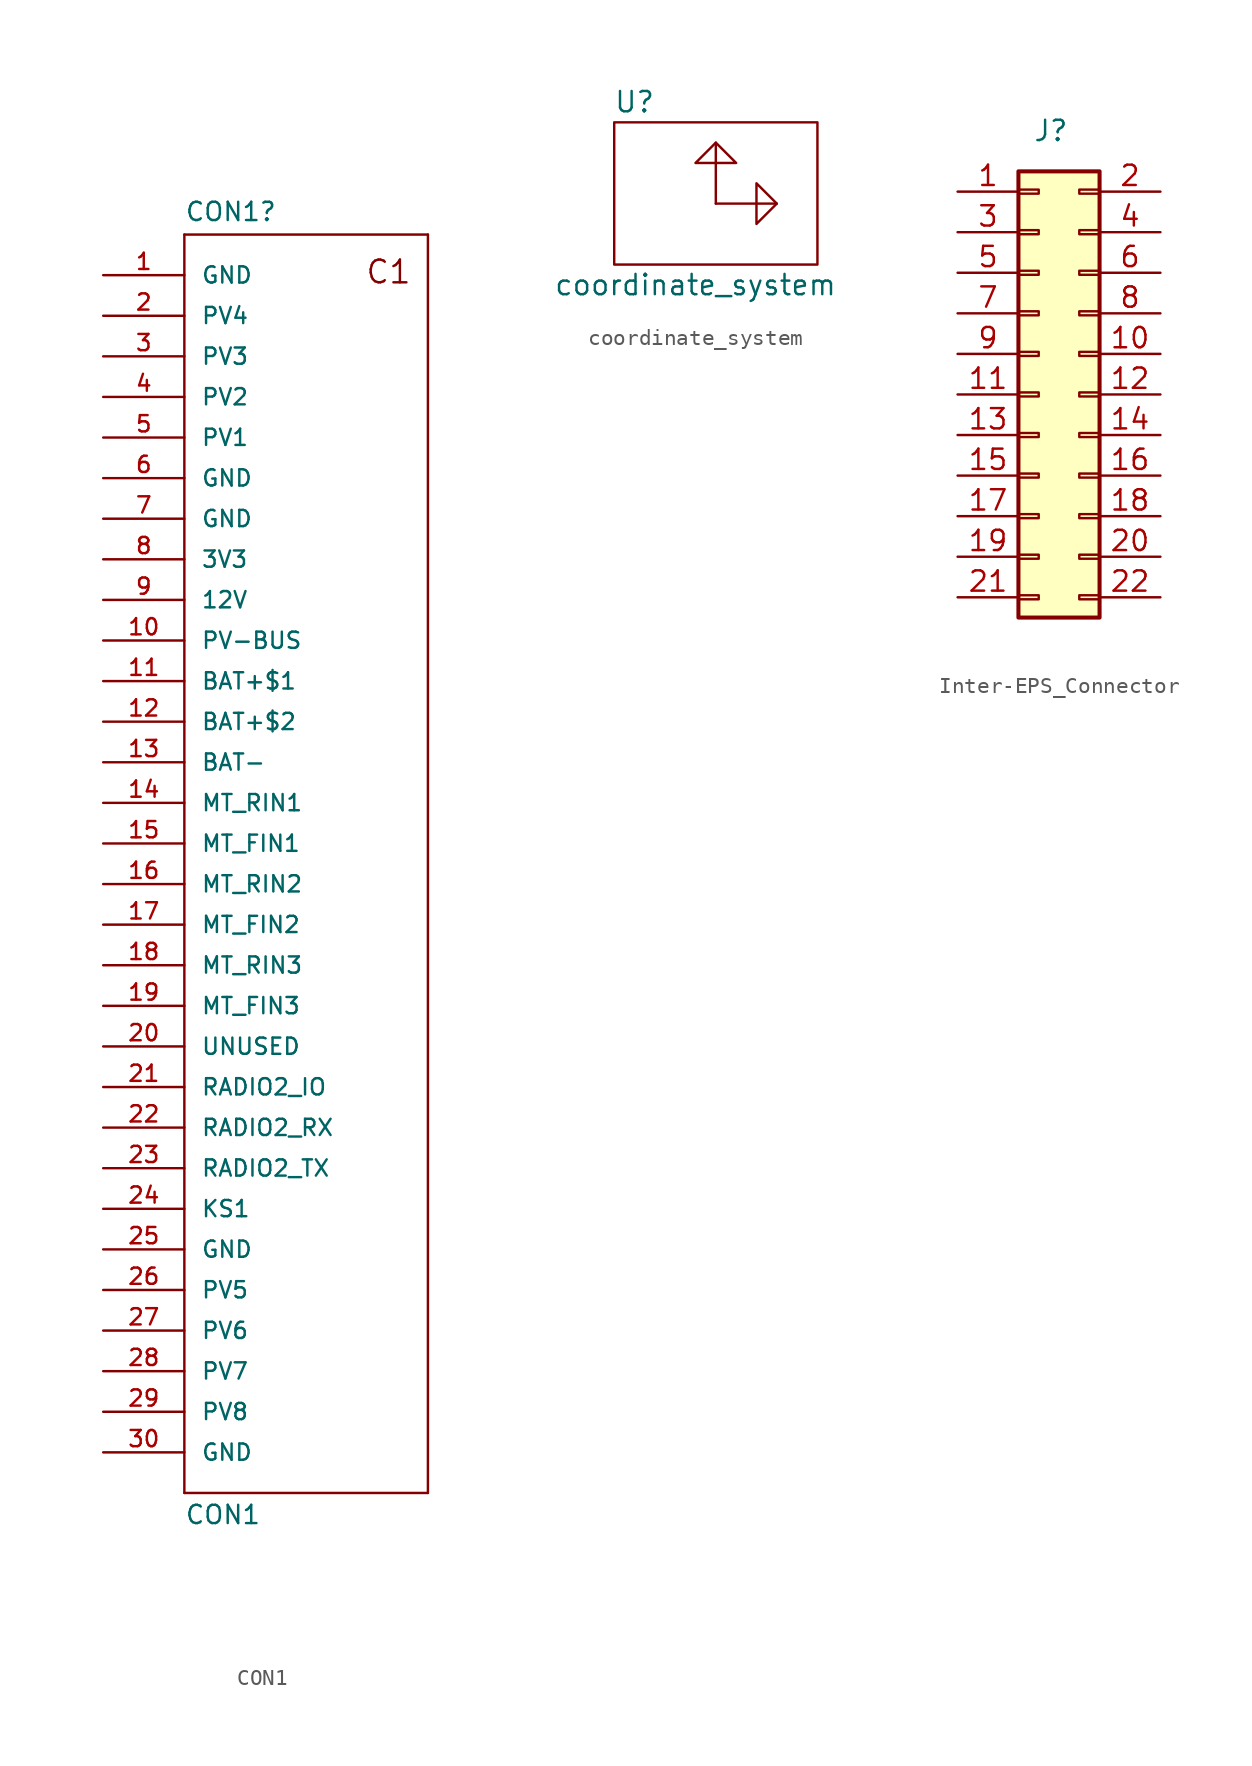
<source format=kicad_sym>
(kicad_symbol_lib
  (version 20231120)
  (generator "kicad_symbol_editor")
  (generator_version "8.0")
  (symbol "CON1"
    (pin_names
      (offset 1.016))
    (property "Reference" "CON1"
      (at -7.62 38.862 0)
      (effects (font (size 1.143 1.143)) (justify left bottom)))
    (property "Value" "CON1"
      (at -7.62 -42.672 0)
      (effects (font (size 1.143 1.143)) (justify left bottom)))
    (symbol "CON1_1_0"
      (polyline (pts (xy -7.62 -40.64) (xy -7.62 38.1)) (stroke (width 0) (type default)) (fill (type none)))
      (polyline (pts (xy -7.62 38.1) (xy 7.62 38.1)) (stroke (width 0) (type default)) (fill (type none)))
      (polyline (pts (xy 7.62 -40.64) (xy -7.62 -40.64)) (stroke (width 0) (type default)) (fill (type none)))
      (polyline (pts (xy 7.62 38.1) (xy 7.62 -40.64)) (stroke (width 0) (type default)) (fill (type none)))
      (text "C1" (at 5.156 35.763 0) (effects (font (size 1.422 1.422)))))
    (symbol "CON1_1_1"
      (pin bidirectional line (at -12.7 35.56 0) (length 5.08) (name "GND" (effects (font (size 1.016 1.016)))) (number "1" (effects (font (size 1.016 1.016)))))
      (pin bidirectional line (at -12.7 12.7 0) (length 5.08) (name "PV-BUS" (effects (font (size 1.016 1.016)))) (number "10" (effects (font (size 1.016 1.016)))))
      (pin bidirectional line (at -12.7 10.16 0) (length 5.08) (name "BAT+$1" (effects (font (size 1.016 1.016)))) (number "11" (effects (font (size 1.016 1.016)))))
      (pin bidirectional line (at -12.7 7.62 0) (length 5.08) (name "BAT+$2" (effects (font (size 1.016 1.016)))) (number "12" (effects (font (size 1.016 1.016)))))
      (pin bidirectional line (at -12.7 5.08 0) (length 5.08) (name "BAT-" (effects (font (size 1.016 1.016)))) (number "13" (effects (font (size 1.016 1.016)))))
      (pin bidirectional line (at -12.7 2.54 0) (length 5.08) (name "MT_RIN1" (effects (font (size 1.016 1.016)))) (number "14" (effects (font (size 1.016 1.016)))))
      (pin bidirectional line (at -12.7 0 0) (length 5.08) (name "MT_FIN1" (effects (font (size 1.016 1.016)))) (number "15" (effects (font (size 1.016 1.016)))))
      (pin bidirectional line (at -12.7 -2.54 0) (length 5.08) (name "MT_RIN2" (effects (font (size 1.016 1.016)))) (number "16" (effects (font (size 1.016 1.016)))))
      (pin bidirectional line (at -12.7 -5.08 0) (length 5.08) (name "MT_FIN2" (effects (font (size 1.016 1.016)))) (number "17" (effects (font (size 1.016 1.016)))))
      (pin bidirectional line (at -12.7 -7.62 0) (length 5.08) (name "MT_RIN3" (effects (font (size 1.016 1.016)))) (number "18" (effects (font (size 1.016 1.016)))))
      (pin bidirectional line (at -12.7 -10.16 0) (length 5.08) (name "MT_FIN3" (effects (font (size 1.016 1.016)))) (number "19" (effects (font (size 1.016 1.016)))))
      (pin bidirectional line (at -12.7 33.02 0) (length 5.08) (name "PV4" (effects (font (size 1.016 1.016)))) (number "2" (effects (font (size 1.016 1.016)))))
      (pin bidirectional line (at -12.7 -12.7 0) (length 5.08) (name "UNUSED" (effects (font (size 1.016 1.016)))) (number "20" (effects (font (size 1.016 1.016)))))
      (pin bidirectional line (at -12.7 -15.24 0) (length 5.08) (name "RADIO2_IO" (effects (font (size 1.016 1.016)))) (number "21" (effects (font (size 1.016 1.016)))))
      (pin bidirectional line (at -12.7 -17.78 0) (length 5.08) (name "RADIO2_RX" (effects (font (size 1.016 1.016)))) (number "22" (effects (font (size 1.016 1.016)))))
      (pin bidirectional line (at -12.7 -20.32 0) (length 5.08) (name "RADIO2_TX" (effects (font (size 1.016 1.016)))) (number "23" (effects (font (size 1.016 1.016)))))
      (pin bidirectional line (at -12.7 -22.86 0) (length 5.08) (name "KS1" (effects (font (size 1.016 1.016)))) (number "24" (effects (font (size 1.016 1.016)))))
      (pin bidirectional line (at -12.7 -25.4 0) (length 5.08) (name "GND" (effects (font (size 1.016 1.016)))) (number "25" (effects (font (size 1.016 1.016)))))
      (pin bidirectional line (at -12.7 -27.94 0) (length 5.08) (name "PV5" (effects (font (size 1.016 1.016)))) (number "26" (effects (font (size 1.016 1.016)))))
      (pin bidirectional line (at -12.7 -30.48 0) (length 5.08) (name "PV6" (effects (font (size 1.016 1.016)))) (number "27" (effects (font (size 1.016 1.016)))))
      (pin bidirectional line (at -12.7 -33.02 0) (length 5.08) (name "PV7" (effects (font (size 1.016 1.016)))) (number "28" (effects (font (size 1.016 1.016)))))
      (pin bidirectional line (at -12.7 -35.56 0) (length 5.08) (name "PV8" (effects (font (size 1.016 1.016)))) (number "29" (effects (font (size 1.016 1.016)))))
      (pin bidirectional line (at -12.7 30.48 0) (length 5.08) (name "PV3" (effects (font (size 1.016 1.016)))) (number "3" (effects (font (size 1.016 1.016)))))
      (pin bidirectional line (at -12.7 -38.1 0) (length 5.08) (name "GND" (effects (font (size 1.016 1.016)))) (number "30" (effects (font (size 1.016 1.016)))))
      (pin bidirectional line (at -12.7 27.94 0) (length 5.08) (name "PV2" (effects (font (size 1.016 1.016)))) (number "4" (effects (font (size 1.016 1.016)))))
      (pin bidirectional line (at -12.7 25.4 0) (length 5.08) (name "PV1" (effects (font (size 1.016 1.016)))) (number "5" (effects (font (size 1.016 1.016)))))
      (pin bidirectional line (at -12.7 22.86 0) (length 5.08) (name "GND" (effects (font (size 1.016 1.016)))) (number "6" (effects (font (size 1.016 1.016)))))
      (pin bidirectional line (at -12.7 20.32 0) (length 5.08) (name "GND" (effects (font (size 1.016 1.016)))) (number "7" (effects (font (size 1.016 1.016)))))
      (pin bidirectional line (at -12.7 17.78 0) (length 5.08) (name "3V3" (effects (font (size 1.016 1.016)))) (number "8" (effects (font (size 1.016 1.016)))))
      (pin bidirectional line (at -12.7 15.24 0) (length 5.08) (name "12V" (effects (font (size 1.016 1.016)))) (number "9" (effects (font (size 1.016 1.016)))))))
  (symbol "coordinate_system"
    (pin_names
      (offset 1.016))
    (property "Reference" "U"
      (at -5.08 6.35 0)
      (effects (font (size 1.27 1.27))))
    (property "Value" "coordinate_system"
      (at -1.27 -5.08 0)
      (effects (font (size 1.27 1.27))))
    (symbol "coordinate_system_0_1"
      (rectangle (start -6.35 5.08) (end 6.35 -3.81) (stroke (width 0) (type default)) (fill (type none)))
      (polyline (pts (xy 0 0) (xy 0 3.81)) (stroke (width 0) (type default)) (fill (type none)))
      (polyline (pts (xy 0 0) (xy 3.81 0)) (stroke (width 0) (type default)) (fill (type none)))
      (polyline (pts (xy 0 3.81) (xy -1.27 2.54) (xy 1.27 2.54) (xy 0 3.81)) (stroke (width 0) (type default)) (fill (type none)))
      (polyline (pts (xy 3.81 0) (xy 2.54 1.27) (xy 2.54 -1.27) (xy 3.81 0)) (stroke (width 0) (type default)) (fill (type none)))))
  (symbol "Inter-EPS_Connector"
    (property "Reference" "J"
      (at -0.508 15.24 0)
      (effects (font (size 1.27 1.27))))
    (property "Value" ""
      (at 0 15.24 0)
      (effects (font (size 1.27 1.27))))
    (symbol "Inter-EPS_Connector_1_1"
      (rectangle (start -2.54 -13.843) (end -1.27 -14.097) (stroke (width 0.152) (type default)) (fill (type none)))
      (rectangle (start -2.54 -11.303) (end -1.27 -11.557) (stroke (width 0.152) (type default)) (fill (type none)))
      (rectangle (start -2.54 -8.763) (end -1.27 -9.017) (stroke (width 0.152) (type default)) (fill (type none)))
      (rectangle (start -2.54 -6.223) (end -1.27 -6.477) (stroke (width 0.152) (type default)) (fill (type none)))
      (rectangle (start -2.54 -3.683) (end -1.27 -3.937) (stroke (width 0.152) (type default)) (fill (type none)))
      (rectangle (start -2.54 -1.143) (end -1.27 -1.397) (stroke (width 0.152) (type default)) (fill (type none)))
      (rectangle (start -2.54 1.397) (end -1.27 1.143) (stroke (width 0.152) (type default)) (fill (type none)))
      (rectangle (start -2.54 3.937) (end -1.27 3.683) (stroke (width 0.152) (type default)) (fill (type none)))
      (rectangle (start -2.54 6.477) (end -1.27 6.223) (stroke (width 0.152) (type default)) (fill (type none)))
      (rectangle (start -2.54 9.017) (end -1.27 8.763) (stroke (width 0.152) (type default)) (fill (type none)))
      (rectangle (start -2.54 11.557) (end -1.27 11.303) (stroke (width 0.152) (type default)) (fill (type none)))
      (rectangle (start -2.54 12.7) (end 2.54 -15.24) (stroke (width 0.254) (type default)) (fill (type background)))
      (rectangle (start 2.54 -13.843) (end 1.27 -14.097) (stroke (width 0.152) (type default)) (fill (type none)))
      (rectangle (start 2.54 -11.303) (end 1.27 -11.557) (stroke (width 0.152) (type default)) (fill (type none)))
      (rectangle (start 2.54 -8.763) (end 1.27 -9.017) (stroke (width 0.152) (type default)) (fill (type none)))
      (rectangle (start 2.54 -6.223) (end 1.27 -6.477) (stroke (width 0.152) (type default)) (fill (type none)))
      (rectangle (start 2.54 -3.683) (end 1.27 -3.937) (stroke (width 0.152) (type default)) (fill (type none)))
      (rectangle (start 2.54 -1.143) (end 1.27 -1.397) (stroke (width 0.152) (type default)) (fill (type none)))
      (rectangle (start 2.54 1.397) (end 1.27 1.143) (stroke (width 0.152) (type default)) (fill (type none)))
      (rectangle (start 2.54 3.937) (end 1.27 3.683) (stroke (width 0.152) (type default)) (fill (type none)))
      (rectangle (start 2.54 6.477) (end 1.27 6.223) (stroke (width 0.152) (type default)) (fill (type none)))
      (rectangle (start 2.54 9.017) (end 1.27 8.763) (stroke (width 0.152) (type default)) (fill (type none)))
      (rectangle (start 2.54 11.557) (end 1.27 11.303) (stroke (width 0.152) (type default)) (fill (type none)))
      (pin power_out line (at -6.35 11.43 0) (length 3.81) (name "" (effects (font (size 1.27 1.27)))) (number "1" (effects (font (size 1.27 1.27)))))
      (pin passive line (at 6.35 1.27 180) (length 3.81) (name "" (effects (font (size 1.27 1.27)))) (number "10" (effects (font (size 1.27 1.27)))))
      (pin passive line (at -6.35 -1.27 0) (length 3.81) (name "" (effects (font (size 1.27 1.27)))) (number "11" (effects (font (size 1.27 1.27)))))
      (pin passive line (at 6.35 -1.27 180) (length 3.81) (name "" (effects (font (size 1.27 1.27)))) (number "12" (effects (font (size 1.27 1.27)))))
      (pin passive line (at -6.35 -3.81 0) (length 3.81) (name "" (effects (font (size 1.27 1.27)))) (number "13" (effects (font (size 1.27 1.27)))))
      (pin passive line (at 6.35 -3.81 180) (length 3.81) (name "" (effects (font (size 1.27 1.27)))) (number "14" (effects (font (size 1.27 1.27)))))
      (pin passive line (at -6.35 -6.35 0) (length 3.81) (name "" (effects (font (size 1.27 1.27)))) (number "15" (effects (font (size 1.27 1.27)))))
      (pin passive line (at 6.35 -6.35 180) (length 3.81) (name "" (effects (font (size 1.27 1.27)))) (number "16" (effects (font (size 1.27 1.27)))))
      (pin passive line (at -6.35 -8.89 0) (length 3.81) (name "" (effects (font (size 1.27 1.27)))) (number "17" (effects (font (size 1.27 1.27)))))
      (pin passive line (at 6.35 -8.89 180) (length 3.81) (name "" (effects (font (size 1.27 1.27)))) (number "18" (effects (font (size 1.27 1.27)))))
      (pin passive line (at -6.35 -11.43 0) (length 3.81) (name "" (effects (font (size 1.27 1.27)))) (number "19" (effects (font (size 1.27 1.27)))))
      (pin power_out line (at 6.35 11.43 180) (length 3.81) (name "" (effects (font (size 1.27 1.27)))) (number "2" (effects (font (size 1.27 1.27)))))
      (pin passive line (at 6.35 -11.43 180) (length 3.81) (name "" (effects (font (size 1.27 1.27)))) (number "20" (effects (font (size 1.27 1.27)))))
      (pin passive line (at -6.35 -13.97 0) (length 3.81) (name "" (effects (font (size 1.27 1.27)))) (number "21" (effects (font (size 1.27 1.27)))))
      (pin passive line (at 6.35 -13.97 180) (length 3.81) (name "" (effects (font (size 1.27 1.27)))) (number "22" (effects (font (size 1.27 1.27)))))
      (pin passive line (at -6.35 8.89 0) (length 3.81) (name "" (effects (font (size 1.27 1.27)))) (number "3" (effects (font (size 1.27 1.27)))))
      (pin power_in line (at 6.35 8.89 180) (length 3.81) (name "" (effects (font (size 1.27 1.27)))) (number "4" (effects (font (size 1.27 1.27)))))
      (pin passive line (at -6.35 6.35 0) (length 3.81) (name "" (effects (font (size 1.27 1.27)))) (number "5" (effects (font (size 1.27 1.27)))))
      (pin power_in line (at 6.35 6.35 180) (length 3.81) (name "" (effects (font (size 1.27 1.27)))) (number "6" (effects (font (size 1.27 1.27)))))
      (pin passive line (at -6.35 3.81 0) (length 3.81) (name "" (effects (font (size 1.27 1.27)))) (number "7" (effects (font (size 1.27 1.27)))))
      (pin passive line (at 6.35 3.81 180) (length 3.81) (name "" (effects (font (size 1.27 1.27)))) (number "8" (effects (font (size 1.27 1.27)))))
      (pin passive line (at -6.35 1.27 0) (length 3.81) (name "" (effects (font (size 1.27 1.27)))) (number "9" (effects (font (size 1.27 1.27))))))))
</source>
